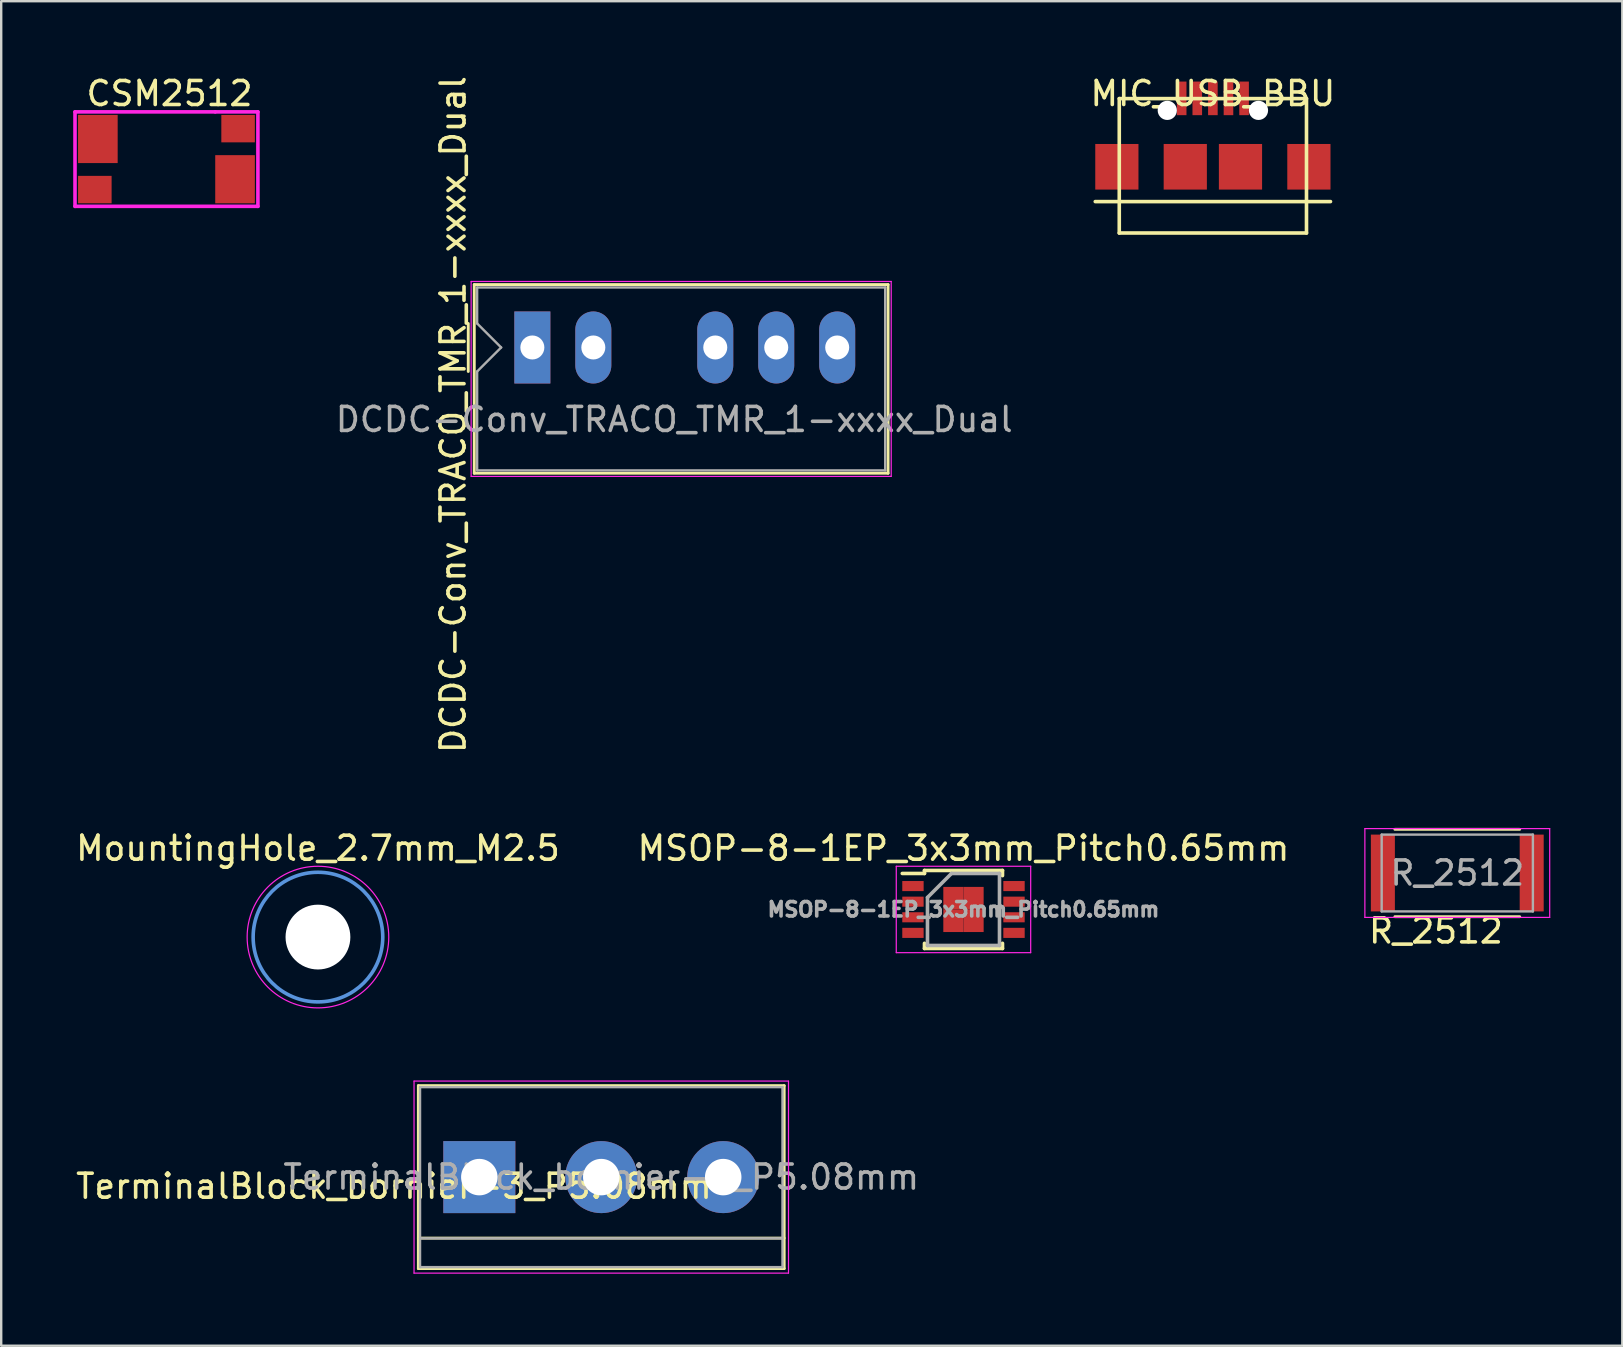
<source format=kicad_pcb>
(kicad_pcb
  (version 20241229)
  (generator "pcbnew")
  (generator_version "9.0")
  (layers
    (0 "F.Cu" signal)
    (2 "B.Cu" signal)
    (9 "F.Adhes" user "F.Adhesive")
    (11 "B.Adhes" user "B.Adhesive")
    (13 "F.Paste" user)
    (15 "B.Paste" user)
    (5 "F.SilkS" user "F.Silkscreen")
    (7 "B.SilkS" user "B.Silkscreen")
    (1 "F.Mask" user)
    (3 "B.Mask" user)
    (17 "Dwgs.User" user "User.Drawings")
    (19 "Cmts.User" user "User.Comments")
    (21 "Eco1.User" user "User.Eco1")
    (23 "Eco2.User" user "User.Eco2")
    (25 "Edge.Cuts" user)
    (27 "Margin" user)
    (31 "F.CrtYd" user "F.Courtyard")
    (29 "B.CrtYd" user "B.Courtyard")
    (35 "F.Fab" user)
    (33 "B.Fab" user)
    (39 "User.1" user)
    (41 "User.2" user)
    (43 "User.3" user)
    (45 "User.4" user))
  (footprint "MIC_USB_BBU"
    (layer "F.Cu")
    (at 47.479 0.348)
    (property "Reference" "MIC_USB_BBU" (at 0 0.5 0) (layer "F.SilkS") (effects (font (size 1 1) (thickness 0.15))))
    (attr through_hole)
    (fp_line (start -4.9 5) (end 4.9 5) (stroke (width 0.15) (type solid)) (layer "F.SilkS"))
    (fp_line (start -3.9 0.71) (end -3.9 6.31) (stroke (width 0.15) (type solid)) (layer "F.SilkS"))
    (fp_line (start -3.9 0.71) (end 3.9 0.71) (stroke (width 0.15) (type solid)) (layer "F.SilkS"))
    (fp_line (start -3.9 6.31) (end 3.9 6.31) (stroke (width 0.15) (type solid)) (layer "F.SilkS"))
    (fp_line (start 3.9 0.71) (end 3.9 6.31) (stroke (width 0.15) (type solid)) (layer "F.SilkS"))
    (pad "" np_thru_hole circle (at -1.9 1.2) (size 0.8 0.8) (drill 0.8) (layers "*.Cu" "*.Mask"))
    (pad "" np_thru_hole circle (at 1.9 1.2) (size 0.8 0.8) (drill 0.8) (layers "*.Cu" "*.Mask"))
    (pad "1" smd rect (at -1.3 0.7) (size 0.4 1.4) (layers "F.Cu" "F.Mask" "F.Paste"))
    (pad "2" smd rect (at -0.65 0.7) (size 0.4 1.4) (layers "F.Cu" "F.Mask" "F.Paste"))
    (pad "3" smd rect (at 0 0.7) (size 0.4 1.4) (layers "F.Cu" "F.Mask" "F.Paste"))
    (pad "4" smd rect (at 0.65 0.7) (size 0.4 1.4) (layers "F.Cu" "F.Mask" "F.Paste"))
    (pad "5" smd rect (at 1.3 0.7) (size 0.4 1.4) (layers "F.Cu" "F.Mask" "F.Paste"))
    (pad "6" smd rect (at -4 3.55) (size 1.8 1.9) (layers "F.Cu" "F.Mask" "F.Paste"))
    (pad "6" smd rect (at -1.15 3.55) (size 1.8 1.9) (layers "F.Cu" "F.Mask" "F.Paste"))
    (pad "6" smd rect (at 1.15 3.55) (size 1.8 1.9) (layers "F.Cu" "F.Mask" "F.Paste"))
    (pad "6" smd rect (at 4 3.55) (size 1.8 1.9) (layers "F.Cu" "F.Mask" "F.Paste")))
  (footprint "MountingHole_2.7mm_M2.5"
    (layer "F.Cu")
    (at 10.196 35.989)
    (property "Reference" "MountingHole_2.7mm_M2.5" (at 0 -3.7 0) (layer "F.SilkS") (effects (font (size 1 1) (thickness 0.15))))
    (attr exclude_from_pos_files exclude_from_bom)
    (fp_circle (center 0 0) (end 2.7 0) (stroke (width 0.15) (type solid)) (fill no) (layer "Cmts.User"))
    (fp_circle (center 0 0) (end 2.95 0) (stroke (width 0.05) (type solid)) (fill no) (layer "F.CrtYd"))
    (pad "" np_thru_hole circle (at 0 0) (size 2.7 2.7) (drill 2.7) (layers "*.Cu" "*.Mask")))
  (footprint "DCDC-Conv_TRACO_TMR_1-xxxx_Dual"
    (layer "F.Cu")
    (at 19.128 11.426)
    (property "Reference" "DCDC-Conv_TRACO_TMR_1-xxxx_Dual" (at -3.302 2.794 90) (layer "F.SilkS") (effects (font (size 1 1) (thickness 0.15))))
    (attr through_hole)
    (fp_line (start -2.67 -1) (end -2.67 1) (stroke (width 0.12) (type solid)) (layer "F.SilkS"))
    (fp_line (start -2.42 -2.62) (end 14.82 -2.62) (stroke (width 0.12) (type solid)) (layer "F.SilkS"))
    (fp_line (start -2.42 5.24) (end -2.42 -2.62) (stroke (width 0.12) (type solid)) (layer "F.SilkS"))
    (fp_line (start 14.82 -2.62) (end 14.82 5.24) (stroke (width 0.12) (type solid)) (layer "F.SilkS"))
    (fp_line (start 14.82 5.24) (end -2.42 5.24) (stroke (width 0.12) (type solid)) (layer "F.SilkS"))
    (fp_line (start -2.55 -2.75) (end -2.55 5.37) (stroke (width 0.05) (type solid)) (layer "F.CrtYd"))
    (fp_line (start -2.55 -2.75) (end 14.95 -2.75) (stroke (width 0.05) (type solid)) (layer "F.CrtYd"))
    (fp_line (start -2.55 5.37) (end 14.95 5.37) (stroke (width 0.05) (type solid)) (layer "F.CrtYd"))
    (fp_line (start 14.95 -2.75) (end 14.95 5.37) (stroke (width 0.05) (type solid)) (layer "F.CrtYd"))
    (fp_line (start -2.3 -1) (end -2.3 -2.5) (stroke (width 0.1) (type solid)) (layer "F.Fab"))
    (fp_line (start -2.3 -1) (end -1.3 0) (stroke (width 0.1) (type solid)) (layer "F.Fab"))
    (fp_line (start -2.3 1) (end -2.3 5.12) (stroke (width 0.1) (type solid)) (layer "F.Fab"))
    (fp_line (start -1.3 0) (end -2.3 1) (stroke (width 0.1) (type solid)) (layer "F.Fab"))
    (fp_line (start 14.7 -2.5) (end -2.3 -2.5) (stroke (width 0.1) (type solid)) (layer "F.Fab"))
    (fp_line (start 14.7 -2.5) (end 14.7 5.12) (stroke (width 0.1) (type solid)) (layer "F.Fab"))
    (fp_line (start 14.7 5.12) (end -2.3 5.12) (stroke (width 0.1) (type solid)) (layer "F.Fab"))
    (fp_text user "${REFERENCE}" (at 5.91 3 0) (layer "F.Fab") (effects (font (size 1 1) (thickness 0.15))))
    (pad "1" thru_hole rect (at 0 0) (size 1.5 3) (drill 1) (layers "*.Cu" "*.Mask"))
    (pad "2" thru_hole oval (at 2.54 0) (size 1.5 3) (drill 1) (layers "*.Cu" "*.Mask"))
    (pad "4" thru_hole oval (at 7.62 0) (size 1.5 3) (drill 1) (layers "*.Cu" "*.Mask"))
    (pad "5" thru_hole oval (at 10.16 0) (size 1.5 3) (drill 1) (layers "*.Cu" "*.Mask"))
    (pad "6" thru_hole oval (at 12.7 0) (size 1.5 3) (drill 1) (layers "*.Cu" "*.Mask")))
  (footprint "TerminalBlock_bornier-3_P5.08mm"
    (layer "F.Cu")
    (at 16.919 45.989)
    (property "Reference" "TerminalBlock_bornier-3_P5.08mm" (at -3.556 0.381 0) (layer "F.SilkS") (effects (font (size 1 1) (thickness 0.15))))
    (attr through_hole)
    (fp_line (start -2.54 -3.81) (end 12.7 -3.81) (stroke (width 0.12) (type solid)) (layer "F.SilkS"))
    (fp_line (start -2.54 2.54) (end 12.7 2.54) (stroke (width 0.12) (type solid)) (layer "F.SilkS"))
    (fp_line (start -2.54 3.81) (end -2.54 -3.81) (stroke (width 0.12) (type solid)) (layer "F.SilkS"))
    (fp_line (start -2.54 3.81) (end 12.7 3.81) (stroke (width 0.12) (type solid)) (layer "F.SilkS"))
    (fp_line (start 12.7 3.81) (end 12.7 -3.81) (stroke (width 0.12) (type solid)) (layer "F.SilkS"))
    (fp_line (start -2.72 -4) (end -2.72 4) (stroke (width 0.05) (type solid)) (layer "F.CrtYd"))
    (fp_line (start -2.72 -4) (end 12.88 -4) (stroke (width 0.05) (type solid)) (layer "F.CrtYd"))
    (fp_line (start 12.88 4) (end -2.72 4) (stroke (width 0.05) (type solid)) (layer "F.CrtYd"))
    (fp_line (start 12.88 4) (end 12.88 -4) (stroke (width 0.05) (type solid)) (layer "F.CrtYd"))
    (fp_line (start -2.47 -3.75) (end 12.63 -3.75) (stroke (width 0.1) (type solid)) (layer "F.Fab"))
    (fp_line (start -2.47 2.55) (end 12.63 2.55) (stroke (width 0.1) (type solid)) (layer "F.Fab"))
    (fp_line (start -2.47 3.75) (end -2.47 -3.75) (stroke (width 0.1) (type solid)) (layer "F.Fab"))
    (fp_line (start 12.63 -3.75) (end 12.63 3.75) (stroke (width 0.1) (type solid)) (layer "F.Fab"))
    (fp_line (start 12.63 3.75) (end -2.47 3.75) (stroke (width 0.1) (type solid)) (layer "F.Fab"))
    (fp_text user "${REFERENCE}" (at 5.08 0 0) (layer "F.Fab") (effects (font (size 1 1) (thickness 0.15))))
    (pad "1" thru_hole rect (at 0 0) (size 3 3) (drill 1.52) (layers "*.Cu" "*.Mask"))
    (pad "2" thru_hole circle (at 5.08 0) (size 3 3) (drill 1.52) (layers "*.Cu" "*.Mask"))
    (pad "3" thru_hole circle (at 10.16 0) (size 3 3) (drill 1.52) (layers "*.Cu" "*.Mask")))
  (footprint "R_2512"
    (layer "F.Cu")
    (at 57.661 33.32)
    (property "Reference" "R_2512" (at -0.889 2.413 0) (layer "F.SilkS") (effects (font (size 1 1) (thickness 0.15))))
    (attr smd)
    (fp_line (start -2.6 -1.82) (end 2.6 -1.82) (stroke (width 0.12) (type solid)) (layer "F.SilkS"))
    (fp_line (start 2.6 1.82) (end -2.6 1.82) (stroke (width 0.12) (type solid)) (layer "F.SilkS"))
    (fp_line (start -3.85 -1.85) (end -3.85 1.85) (stroke (width 0.05) (type solid)) (layer "F.CrtYd"))
    (fp_line (start -3.85 -1.85) (end 3.85 -1.85) (stroke (width 0.05) (type solid)) (layer "F.CrtYd"))
    (fp_line (start 3.85 1.85) (end -3.85 1.85) (stroke (width 0.05) (type solid)) (layer "F.CrtYd"))
    (fp_line (start 3.85 1.85) (end 3.85 -1.85) (stroke (width 0.05) (type solid)) (layer "F.CrtYd"))
    (fp_line (start -3.15 -1.6) (end 3.15 -1.6) (stroke (width 0.1) (type solid)) (layer "F.Fab"))
    (fp_line (start -3.15 1.6) (end -3.15 -1.6) (stroke (width 0.1) (type solid)) (layer "F.Fab"))
    (fp_line (start 3.15 -1.6) (end 3.15 1.6) (stroke (width 0.1) (type solid)) (layer "F.Fab"))
    (fp_line (start 3.15 1.6) (end -3.15 1.6) (stroke (width 0.1) (type solid)) (layer "F.Fab"))
    (fp_text user "${REFERENCE}" (at 0 0 0) (layer "F.Fab") (effects (font (size 1 1) (thickness 0.15))))
    (pad "1" smd rect (at -3.1 0) (size 1 3.2) (layers "F.Cu" "F.Mask" "F.Paste"))
    (pad "2" smd rect (at 3.1 0) (size 1 3.2) (layers "F.Cu" "F.Mask" "F.Paste")))
  (footprint "CSM2512"
    (layer "F.Cu")
    (at 7.568 5.42)
    (property "Reference" "CSM2512" (at -3.556 -4.572 0) (layer "F.SilkS") (effects (font (size 1 1) (thickness 0.15))))
    (attr through_hole)
    (fp_line (start -7.493 -3.81) (end -7.493 0.127) (stroke (width 0.15) (type solid)) (layer "F.CrtYd"))
    (fp_line (start -7.493 0.127) (end 0.127 0.127) (stroke (width 0.15) (type solid)) (layer "F.CrtYd"))
    (fp_line (start -1.651 -3.81) (end -7.493 -3.81) (stroke (width 0.15) (type solid)) (layer "F.CrtYd"))
    (fp_line (start 0.127 -3.81) (end -1.651 -3.81) (stroke (width 0.15) (type solid)) (layer "F.CrtYd"))
    (fp_line (start 0.127 0.127) (end 0.127 -3.81) (stroke (width 0.15) (type solid)) (layer "F.CrtYd"))
    (pad "1" smd rect (at -5.715 -3.683) (size 1.651 2.007) (drill (offset -0.826 1.003)) (layers "F.Cu" "F.Mask" "F.Paste"))
    (pad "2" smd rect (at -7.366 0) (size 1.397 1.143) (drill (offset 0.699 -0.572)) (layers "F.Cu" "F.Mask" "F.Paste"))
    (pad "3" smd rect (at 0 -3.683) (size 1.397 1.143) (drill (offset -0.699 0.572)) (layers "F.Cu" "F.Mask" "F.Paste"))
    (pad "4" smd rect (at 0 0) (size 1.651 2.007) (drill (offset -0.826 -1.003)) (layers "F.Cu" "F.Mask" "F.Paste")))
  (footprint "MSOP-8-1EP_3x3mm_Pitch0.65mm"
    (layer "F.Cu")
    (at 37.089 34.839)
    (property "Reference" "MSOP-8-1EP_3x3mm_Pitch0.65mm" (at 0 -2.55 0) (layer "F.SilkS") (effects (font (size 1 1) (thickness 0.15))))
    (attr smd)
    (fp_line (start -1.625 -1.625) (end -1.625 -1.5) (stroke (width 0.15) (type solid)) (layer "F.SilkS"))
    (fp_line (start -1.625 -1.625) (end 1.625 -1.625) (stroke (width 0.15) (type solid)) (layer "F.SilkS"))
    (fp_line (start -1.625 -1.5) (end -2.55 -1.5) (stroke (width 0.15) (type solid)) (layer "F.SilkS"))
    (fp_line (start -1.625 1.625) (end -1.625 1.41) (stroke (width 0.15) (type solid)) (layer "F.SilkS"))
    (fp_line (start -1.625 1.625) (end 1.625 1.625) (stroke (width 0.15) (type solid)) (layer "F.SilkS"))
    (fp_line (start 1.625 -1.625) (end 1.625 -1.41) (stroke (width 0.15) (type solid)) (layer "F.SilkS"))
    (fp_line (start 1.625 1.625) (end 1.625 1.41) (stroke (width 0.15) (type solid)) (layer "F.SilkS"))
    (fp_line (start -2.8 -1.8) (end -2.8 1.8) (stroke (width 0.05) (type solid)) (layer "F.CrtYd"))
    (fp_line (start -2.8 -1.8) (end 2.8 -1.8) (stroke (width 0.05) (type solid)) (layer "F.CrtYd"))
    (fp_line (start -2.8 1.8) (end 2.8 1.8) (stroke (width 0.05) (type solid)) (layer "F.CrtYd"))
    (fp_line (start 2.8 -1.8) (end 2.8 1.8) (stroke (width 0.05) (type solid)) (layer "F.CrtYd"))
    (fp_line (start -1.5 -0.5) (end -0.5 -1.5) (stroke (width 0.15) (type solid)) (layer "F.Fab"))
    (fp_line (start -1.5 1.5) (end -1.5 -0.5) (stroke (width 0.15) (type solid)) (layer "F.Fab"))
    (fp_line (start -0.5 -1.5) (end 1.5 -1.5) (stroke (width 0.15) (type solid)) (layer "F.Fab"))
    (fp_line (start 1.5 -1.5) (end 1.5 1.5) (stroke (width 0.15) (type solid)) (layer "F.Fab"))
    (fp_line (start 1.5 1.5) (end -1.5 1.5) (stroke (width 0.15) (type solid)) (layer "F.Fab"))
    (fp_text user "${REFERENCE}" (at 0 0 0) (layer "F.Fab") (effects (font (size 0.6 0.6) (thickness 0.15))))
    (pad "1" smd rect (at -2.105 -0.975) (size 0.89 0.42) (layers "F.Cu" "F.Mask" "F.Paste"))
    (pad "2" smd rect (at -2.105 -0.325) (size 0.89 0.42) (layers "F.Cu" "F.Mask" "F.Paste"))
    (pad "3" smd rect (at -2.105 0.325) (size 0.89 0.42) (layers "F.Cu" "F.Mask" "F.Paste"))
    (pad "4" smd rect (at -2.105 0.975) (size 0.89 0.42) (layers "F.Cu" "F.Mask" "F.Paste"))
    (pad "5" smd rect (at 2.105 0.975) (size 0.89 0.42) (layers "F.Cu" "F.Mask" "F.Paste"))
    (pad "6" smd rect (at 2.105 0.325) (size 0.89 0.42) (layers "F.Cu" "F.Mask" "F.Paste"))
    (pad "7" smd rect (at 2.105 -0.325) (size 0.89 0.42) (layers "F.Cu" "F.Mask" "F.Paste"))
    (pad "8" smd rect (at 2.105 -0.975) (size 0.89 0.42) (layers "F.Cu" "F.Mask" "F.Paste"))
    (pad "9" smd rect (at -0.42 -0.47) (size 0.84 0.94) (layers "F.Cu" "F.Mask" "F.Paste"))
    (pad "9" smd rect (at -0.42 0.47) (size 0.84 0.94) (layers "F.Cu" "F.Mask" "F.Paste"))
    (pad "9" smd rect (at 0.42 -0.47) (size 0.84 0.94) (layers "F.Cu" "F.Mask" "F.Paste"))
    (pad "9" smd rect (at 0.42 0.47) (size 0.84 0.94) (layers "F.Cu" "F.Mask" "F.Paste")))
  (gr_rect
    (start -3 -3)
    (end 64.536 53.014)
    (stroke (width 0.1) (type default))
    (fill no)
    (layer "Edge.Cuts")))
</source>
